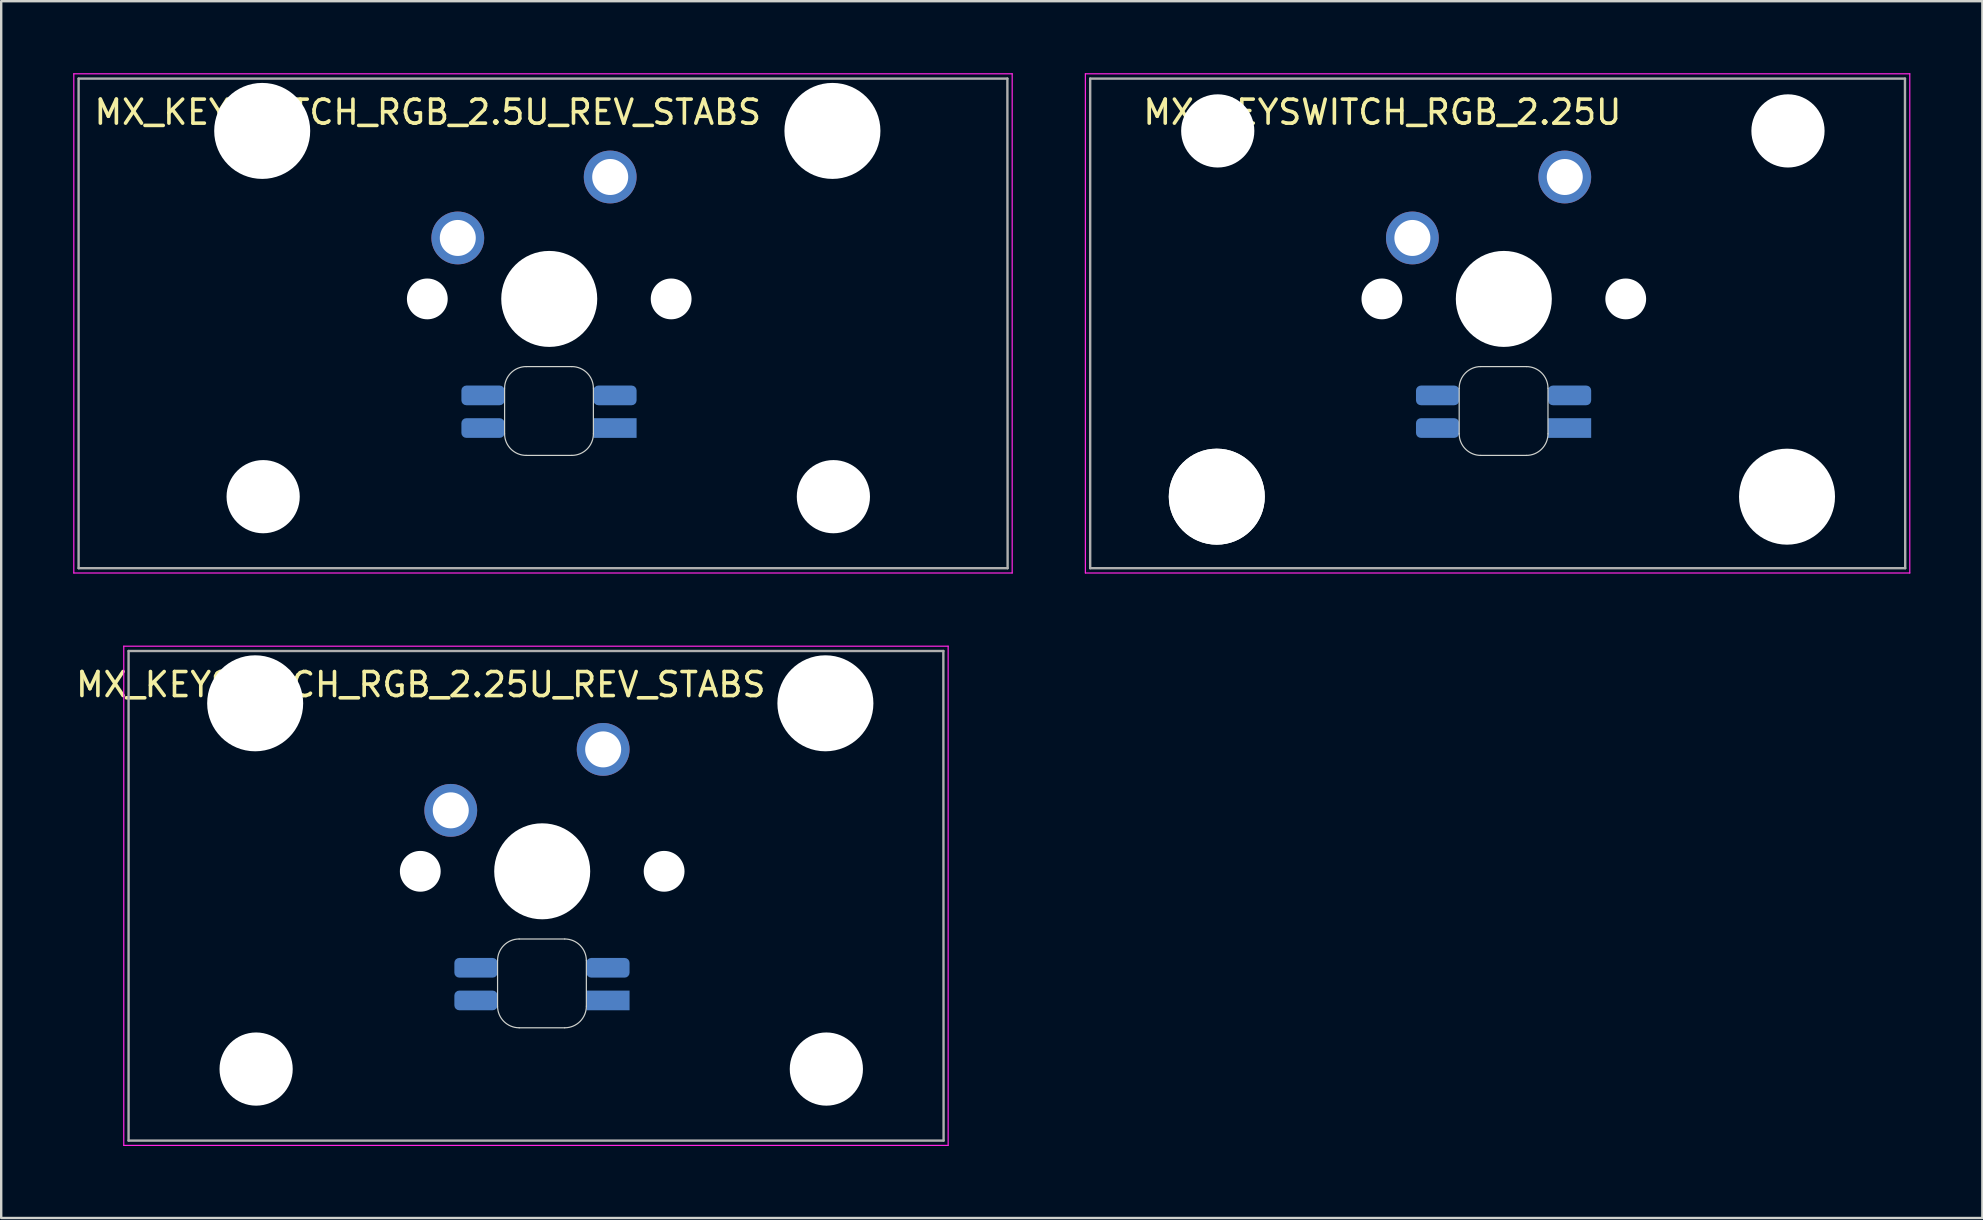
<source format=kicad_pcb>
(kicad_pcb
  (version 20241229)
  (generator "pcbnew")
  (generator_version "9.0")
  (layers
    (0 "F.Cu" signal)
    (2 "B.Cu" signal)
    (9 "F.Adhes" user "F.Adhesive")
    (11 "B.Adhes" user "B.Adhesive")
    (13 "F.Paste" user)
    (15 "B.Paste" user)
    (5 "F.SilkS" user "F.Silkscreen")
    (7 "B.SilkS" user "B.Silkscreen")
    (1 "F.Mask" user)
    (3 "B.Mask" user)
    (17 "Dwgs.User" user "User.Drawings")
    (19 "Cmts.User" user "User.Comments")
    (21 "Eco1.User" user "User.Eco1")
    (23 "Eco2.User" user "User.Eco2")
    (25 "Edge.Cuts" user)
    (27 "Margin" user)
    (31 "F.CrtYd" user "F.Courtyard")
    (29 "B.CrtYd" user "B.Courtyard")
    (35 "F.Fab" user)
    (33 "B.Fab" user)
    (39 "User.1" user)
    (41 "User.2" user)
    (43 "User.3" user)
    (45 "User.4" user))
  (footprint "MX_KEYSWITCH_RGB_2.25U"
    (layer "F.Cu")
    (at 59.55 9.425)
    (property "Reference" "MX_KEYSWITCH_RGB_2.25U" (at -5 -7.8 0) (layer "F.SilkS") (effects (font (size 1 1) (thickness 0.15))))
    (attr through_hole)
    (fp_line (start -1.8 3.7) (end -1.8 5.6) (stroke (width 0.05) (type solid)) (layer "Edge.Cuts"))
    (fp_line (start -0.9 6.5) (end 1 6.5) (stroke (width 0.05) (type solid)) (layer "Edge.Cuts"))
    (fp_line (start 1 2.8) (end -0.9 2.8) (stroke (width 0.05) (type solid)) (layer "Edge.Cuts"))
    (fp_line (start 1.9 5.6) (end 1.9 3.7) (stroke (width 0.05) (type solid)) (layer "Edge.Cuts"))
    (fp_arc (start -1.8 3.7) (mid -1.536396 3.063604) (end -0.9 2.8) (stroke (width 0.05) (type solid)) (layer "Edge.Cuts"))
    (fp_arc (start -0.9 6.5) (mid -1.536396 6.236396) (end -1.8 5.6) (stroke (width 0.05) (type solid)) (layer "Edge.Cuts"))
    (fp_arc (start 1 2.8) (mid 1.636396 3.063604) (end 1.9 3.7) (stroke (width 0.05) (type solid)) (layer "Edge.Cuts"))
    (fp_arc (start 1.9 5.6) (mid 1.636396 6.236396) (end 1 6.5) (stroke (width 0.05) (type solid)) (layer "Edge.Cuts"))
    (fp_line (start -17.375 -9.4) (end 16.975 -9.4) (stroke (width 0.05) (type solid)) (layer "F.CrtYd"))
    (fp_line (start -17.375 11.4) (end -17.375 -9.4) (stroke (width 0.05) (type solid)) (layer "F.CrtYd"))
    (fp_line (start 16.975 -9.4) (end 16.975 11.4) (stroke (width 0.05) (type solid)) (layer "F.CrtYd"))
    (fp_line (start 16.975 11.4) (end -17.375 11.4) (stroke (width 0.05) (type solid)) (layer "F.CrtYd"))
    (fp_line (start -17.175 -9.2) (end 16.775 -9.2) (stroke (width 0.1) (type solid)) (layer "F.Fab"))
    (fp_line (start -17.175 11.2) (end -17.175 -9.2) (stroke (width 0.1) (type solid)) (layer "F.Fab"))
    (fp_line (start 16.775 -9.2) (end 16.785 11.2) (stroke (width 0.1) (type solid)) (layer "F.Fab"))
    (fp_line (start 16.785 11.2) (end -17.175 11.2) (stroke (width 0.1) (type solid)) (layer "F.Fab"))
    (pad "" np_thru_hole circle (at -11.9 8.22) (size 4 4) (drill 4) (layers "*.Cu" "*.Mask"))
    (pad "" np_thru_hole circle (at -11.9 8.22) (size 4 4) (drill 4) (layers "*.Cu" "*.Mask"))
    (pad "" np_thru_hole circle (at -11.86 -7.02) (size 3.05 3.05) (drill 3.05) (layers "*.Cu" "*.Mask"))
    (pad "" np_thru_hole circle (at -5.02 -0.02) (size 1.7 1.7) (drill 1.7) (layers "*.Cu" "*.Mask"))
    (pad "" np_thru_hole circle (at 0.06 -0.02) (size 4 4) (drill 4) (layers "*.Cu" "*.Mask"))
    (pad "" np_thru_hole circle (at 5.14 -0.02) (size 1.7 1.7) (drill 1.7) (layers "*.Cu" "*.Mask"))
    (pad "" np_thru_hole circle (at 11.86 8.22) (size 4 4) (drill 4) (layers "*.Cu" "*.Mask"))
    (pad "" np_thru_hole circle (at 11.9 -7.02) (size 3.05 3.05) (drill 3.05) (layers "*.Cu" "*.Mask"))
    (pad "1" thru_hole circle (at 2.6 -5.1) (size 2.2 2.2) (drill 1.5) (layers "*.Cu" "*.Mask"))
    (pad "2" thru_hole circle (at -3.75 -2.56) (size 2.2 2.2) (drill 1.5) (layers "*.Cu" "*.Mask"))
    (pad "3" smd roundrect (at 2.8 4) (size 1.8 0.82) (layers "B.Cu" "B.Mask" "B.Paste") (roundrect_rratio 0.25))
    (pad "4" smd roundrect (at -2.7 5.36) (size 1.8 0.82) (layers "B.Cu" "B.Mask" "B.Paste") (roundrect_rratio 0.25))
    (pad "5" smd roundrect (at -2.7 4) (size 1.8 0.82) (layers "B.Cu" "B.Mask" "B.Paste") (roundrect_rratio 0.25))
    (pad "6" smd rect (at 2.8 5.36) (size 1.8 0.82) (layers "B.Cu" "B.Mask" "B.Paste")))
  (footprint "MX_KEYSWITCH_RGB_2.5U_REV_STABS"
    (layer "F.Cu")
    (at 19.775 9.425)
    (property "Reference" "MX_KEYSWITCH_RGB_2.5U_REV_STABS" (at -5 -7.8 0) (layer "F.SilkS") (effects (font (size 1 1) (thickness 0.15))))
    (attr through_hole)
    (fp_line (start -1.8 3.7) (end -1.8 5.6) (stroke (width 0.05) (type solid)) (layer "Edge.Cuts"))
    (fp_line (start -0.9 6.5) (end 1 6.5) (stroke (width 0.05) (type solid)) (layer "Edge.Cuts"))
    (fp_line (start 1 2.8) (end -0.9 2.8) (stroke (width 0.05) (type solid)) (layer "Edge.Cuts"))
    (fp_line (start 1.9 5.6) (end 1.9 3.7) (stroke (width 0.05) (type solid)) (layer "Edge.Cuts"))
    (fp_arc (start -1.8 3.7) (mid -1.536396 3.063604) (end -0.9 2.8) (stroke (width 0.05) (type solid)) (layer "Edge.Cuts"))
    (fp_arc (start -0.9 6.5) (mid -1.536396 6.236396) (end -1.8 5.6) (stroke (width 0.05) (type solid)) (layer "Edge.Cuts"))
    (fp_arc (start 1 2.8) (mid 1.636396 3.063604) (end 1.9 3.7) (stroke (width 0.05) (type solid)) (layer "Edge.Cuts"))
    (fp_arc (start 1.9 5.6) (mid 1.636396 6.236396) (end 1 6.5) (stroke (width 0.05) (type solid)) (layer "Edge.Cuts"))
    (fp_line (start -19.75 -9.4) (end 19.35 -9.4) (stroke (width 0.05) (type solid)) (layer "F.CrtYd"))
    (fp_line (start -19.75 11.4) (end -19.75 -9.4) (stroke (width 0.05) (type solid)) (layer "F.CrtYd"))
    (fp_line (start 19.35 -9.4) (end 19.35 11.4) (stroke (width 0.05) (type solid)) (layer "F.CrtYd"))
    (fp_line (start 19.35 11.4) (end -19.75 11.4) (stroke (width 0.05) (type solid)) (layer "F.CrtYd"))
    (fp_line (start -19.55 -9.2) (end 19.15 -9.2) (stroke (width 0.1) (type solid)) (layer "F.Fab"))
    (fp_line (start -19.55 11.2) (end -19.55 -9.2) (stroke (width 0.1) (type solid)) (layer "F.Fab"))
    (fp_line (start 19.15 -9.2) (end 19.16 11.2) (stroke (width 0.1) (type solid)) (layer "F.Fab"))
    (fp_line (start 19.16 11.2) (end -19.55 11.2) (stroke (width 0.1) (type solid)) (layer "F.Fab"))
    (pad "" np_thru_hole circle (at -11.9 -7.02) (size 4 4) (drill 4) (layers "*.Cu" "*.Mask"))
    (pad "" np_thru_hole circle (at -11.86 8.22) (size 3.05 3.05) (drill 3.05) (layers "*.Cu" "*.Mask"))
    (pad "" np_thru_hole circle (at -5.02 -0.02) (size 1.7 1.7) (drill 1.7) (layers "*.Cu" "*.Mask"))
    (pad "" np_thru_hole circle (at 0.06 -0.02) (size 4 4) (drill 4) (layers "*.Cu" "*.Mask"))
    (pad "" np_thru_hole circle (at 5.14 -0.02) (size 1.7 1.7) (drill 1.7) (layers "*.Cu" "*.Mask"))
    (pad "" np_thru_hole circle (at 11.86 -7.02) (size 4 4) (drill 4) (layers "*.Cu" "*.Mask"))
    (pad "" np_thru_hole circle (at 11.9 8.22) (size 3.05 3.05) (drill 3.05) (layers "*.Cu" "*.Mask"))
    (pad "1" thru_hole circle (at 2.6 -5.1) (size 2.2 2.2) (drill 1.5) (layers "*.Cu" "*.Mask"))
    (pad "2" thru_hole circle (at -3.75 -2.56) (size 2.2 2.2) (drill 1.5) (layers "*.Cu" "*.Mask"))
    (pad "3" smd roundrect (at 2.8 4) (size 1.8 0.82) (layers "B.Cu" "B.Mask" "B.Paste") (roundrect_rratio 0.25))
    (pad "4" smd roundrect (at -2.7 5.36) (size 1.8 0.82) (layers "B.Cu" "B.Mask" "B.Paste") (roundrect_rratio 0.25))
    (pad "5" smd roundrect (at -2.7 4) (size 1.8 0.82) (layers "B.Cu" "B.Mask" "B.Paste") (roundrect_rratio 0.25))
    (pad "6" smd rect (at 2.8 5.36) (size 1.8 0.82) (layers "B.Cu" "B.Mask" "B.Paste")))
  (footprint "MX_KEYSWITCH_RGB_2.25U_REV_STABS"
    (layer "F.Cu")
    (at 19.482 33.275)
    (property "Reference" "MX_KEYSWITCH_RGB_2.25U_REV_STABS" (at -5 -7.8 0) (layer "F.SilkS") (effects (font (size 1 1) (thickness 0.15))))
    (attr through_hole)
    (fp_line (start -1.8 3.7) (end -1.8 5.6) (stroke (width 0.05) (type solid)) (layer "Edge.Cuts"))
    (fp_line (start -0.9 6.5) (end 1 6.5) (stroke (width 0.05) (type solid)) (layer "Edge.Cuts"))
    (fp_line (start 1 2.8) (end -0.9 2.8) (stroke (width 0.05) (type solid)) (layer "Edge.Cuts"))
    (fp_line (start 1.9 5.6) (end 1.9 3.7) (stroke (width 0.05) (type solid)) (layer "Edge.Cuts"))
    (fp_arc (start -1.8 3.7) (mid -1.536396 3.063604) (end -0.9 2.8) (stroke (width 0.05) (type solid)) (layer "Edge.Cuts"))
    (fp_arc (start -0.9 6.5) (mid -1.536396 6.236396) (end -1.8 5.6) (stroke (width 0.05) (type solid)) (layer "Edge.Cuts"))
    (fp_arc (start 1 2.8) (mid 1.636396 3.063604) (end 1.9 3.7) (stroke (width 0.05) (type solid)) (layer "Edge.Cuts"))
    (fp_arc (start 1.9 5.6) (mid 1.636396 6.236396) (end 1 6.5) (stroke (width 0.05) (type solid)) (layer "Edge.Cuts"))
    (fp_line (start -17.375 -9.4) (end 16.975 -9.4) (stroke (width 0.05) (type solid)) (layer "F.CrtYd"))
    (fp_line (start -17.375 11.4) (end -17.375 -9.4) (stroke (width 0.05) (type solid)) (layer "F.CrtYd"))
    (fp_line (start 16.975 -9.4) (end 16.975 11.4) (stroke (width 0.05) (type solid)) (layer "F.CrtYd"))
    (fp_line (start 16.975 11.4) (end -17.375 11.4) (stroke (width 0.05) (type solid)) (layer "F.CrtYd"))
    (fp_line (start -17.175 -9.2) (end 16.775 -9.2) (stroke (width 0.1) (type solid)) (layer "F.Fab"))
    (fp_line (start -17.175 11.2) (end -17.175 -9.2) (stroke (width 0.1) (type solid)) (layer "F.Fab"))
    (fp_line (start 16.775 -9.2) (end 16.785 11.2) (stroke (width 0.1) (type solid)) (layer "F.Fab"))
    (fp_line (start 16.785 11.2) (end -17.175 11.2) (stroke (width 0.1) (type solid)) (layer "F.Fab"))
    (pad "" np_thru_hole circle (at -11.9 -7.02) (size 4 4) (drill 4) (layers "*.Cu" "*.Mask"))
    (pad "" np_thru_hole circle (at -11.86 8.22) (size 3.05 3.05) (drill 3.05) (layers "*.Cu" "*.Mask"))
    (pad "" np_thru_hole circle (at -5.02 -0.02) (size 1.7 1.7) (drill 1.7) (layers "*.Cu" "*.Mask"))
    (pad "" np_thru_hole circle (at 0.06 -0.02) (size 4 4) (drill 4) (layers "*.Cu" "*.Mask"))
    (pad "" np_thru_hole circle (at 5.14 -0.02) (size 1.7 1.7) (drill 1.7) (layers "*.Cu" "*.Mask"))
    (pad "" np_thru_hole circle (at 11.86 -7.02) (size 4 4) (drill 4) (layers "*.Cu" "*.Mask"))
    (pad "" np_thru_hole circle (at 11.9 8.22) (size 3.05 3.05) (drill 3.05) (layers "*.Cu" "*.Mask"))
    (pad "1" thru_hole circle (at 2.6 -5.1) (size 2.2 2.2) (drill 1.5) (layers "*.Cu" "*.Mask"))
    (pad "2" thru_hole circle (at -3.75 -2.56) (size 2.2 2.2) (drill 1.5) (layers "*.Cu" "*.Mask"))
    (pad "3" smd roundrect (at 2.8 4) (size 1.8 0.82) (layers "B.Cu" "B.Mask" "B.Paste") (roundrect_rratio 0.25))
    (pad "4" smd roundrect (at -2.7 5.36) (size 1.8 0.82) (layers "B.Cu" "B.Mask" "B.Paste") (roundrect_rratio 0.25))
    (pad "5" smd roundrect (at -2.7 4) (size 1.8 0.82) (layers "B.Cu" "B.Mask" "B.Paste") (roundrect_rratio 0.25))
    (pad "6" smd rect (at 2.8 5.36) (size 1.8 0.82) (layers "B.Cu" "B.Mask" "B.Paste")))
  (gr_rect
    (start -3 -3)
    (end 79.55 47.7)
    (stroke (width 0.1) (type default))
    (fill no)
    (layer "Edge.Cuts")))
</source>
